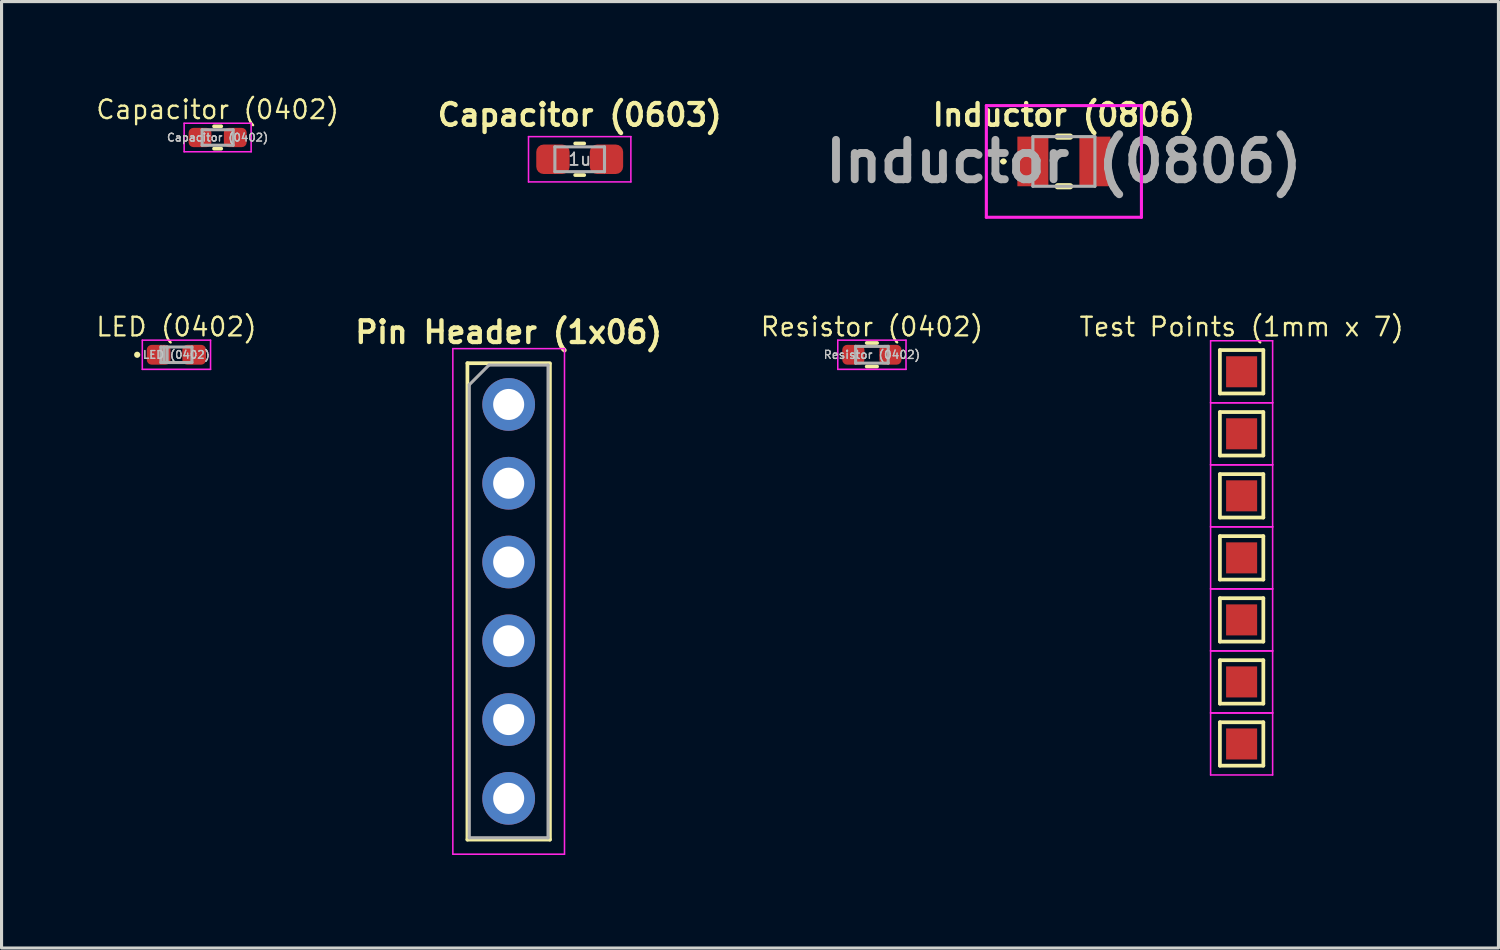
<source format=kicad_pcb>
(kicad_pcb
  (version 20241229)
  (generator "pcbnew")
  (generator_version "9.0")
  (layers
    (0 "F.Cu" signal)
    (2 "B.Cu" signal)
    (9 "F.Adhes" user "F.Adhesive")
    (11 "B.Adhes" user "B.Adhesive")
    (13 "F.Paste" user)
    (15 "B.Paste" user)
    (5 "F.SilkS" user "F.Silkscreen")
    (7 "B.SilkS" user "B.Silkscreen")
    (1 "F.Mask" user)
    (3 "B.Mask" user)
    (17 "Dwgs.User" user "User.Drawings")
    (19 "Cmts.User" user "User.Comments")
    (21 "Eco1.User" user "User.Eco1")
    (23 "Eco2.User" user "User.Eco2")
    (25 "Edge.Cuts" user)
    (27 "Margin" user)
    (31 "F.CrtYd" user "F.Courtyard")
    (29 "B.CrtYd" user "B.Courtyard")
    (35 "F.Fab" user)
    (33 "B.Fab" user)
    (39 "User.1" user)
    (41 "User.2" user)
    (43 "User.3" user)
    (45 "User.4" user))
  (footprint "Resistor (0402)"
    (layer "F.Cu")
    (at 25.061 8.388)
    (property "Reference" "Resistor (0402)" (at 0 -0.9 0) (layer "F.SilkS") (effects (font (size 0.6 0.6) (thickness 0.075))))
    (property "Value" "Resistor (0402)" (at 0 1.17 0) (layer "F.Fab") (hide yes) (effects (font (size 1 1) (thickness 0.15))))
    (attr smd)
    (fp_line (start -0.168 -0.38) (end 0.168 -0.38) (stroke (width 0.12) (type solid)) (layer "F.SilkS"))
    (fp_line (start -0.168 0.38) (end 0.168 0.38) (stroke (width 0.12) (type solid)) (layer "F.SilkS"))
    (fp_line (start -1.1 -0.47) (end 1.1 -0.47) (stroke (width 0.05) (type solid)) (layer "F.CrtYd"))
    (fp_line (start -1.1 0.47) (end -1.1 -0.47) (stroke (width 0.05) (type solid)) (layer "F.CrtYd"))
    (fp_line (start 1.1 -0.47) (end 1.1 0.47) (stroke (width 0.05) (type solid)) (layer "F.CrtYd"))
    (fp_line (start 1.1 0.47) (end -1.1 0.47) (stroke (width 0.05) (type solid)) (layer "F.CrtYd"))
    (fp_line (start -0.525 -0.27) (end 0.525 -0.27) (stroke (width 0.1) (type solid)) (layer "F.Fab"))
    (fp_line (start -0.525 0.27) (end -0.525 -0.27) (stroke (width 0.1) (type solid)) (layer "F.Fab"))
    (fp_line (start 0.525 -0.27) (end 0.525 0.27) (stroke (width 0.1) (type solid)) (layer "F.Fab"))
    (fp_line (start 0.525 0.27) (end -0.525 0.27) (stroke (width 0.1) (type solid)) (layer "F.Fab"))
    (fp_text user "${VALUE}" (at 0 0 0) (layer "Dwgs.User") (effects (font (size 0.26 0.26) (thickness 0.04))))
    (fp_text user "${REFERENCE}" (at 0 0 0) (layer "F.Fab") (effects (font (size 0.26 0.26) (thickness 0.04))))
    (pad "1" smd roundrect (at -0.598 0) (size 0.715 0.64) (layers "F.Cu" "F.Mask" "F.Paste") (roundrect_rratio 0.25))
    (pad "2" smd roundrect (at 0.598 0) (size 0.715 0.64) (layers "F.Cu" "F.Mask" "F.Paste") (roundrect_rratio 0.25)))
  (footprint "Test Points (1mm x 7)"
    (layer "F.Cu")
    (at 36.981 8.936)
    (property "Reference" "Test Points (1mm x 7)" (at 0 -1.448 0) (layer "F.SilkS") (effects (font (size 0.6 0.6) (thickness 0.075))))
    (attr exclude_from_pos_files exclude_from_bom)
    (fp_line (start -0.7 -0.7) (end 0.7 -0.7) (stroke (width 0.12) (type solid)) (layer "F.SilkS"))
    (fp_line (start -0.7 0.7) (end -0.7 -0.7) (stroke (width 0.12) (type solid)) (layer "F.SilkS"))
    (fp_line (start -0.7 1.3) (end 0.7 1.3) (stroke (width 0.12) (type solid)) (layer "F.SilkS"))
    (fp_line (start -0.7 2.7) (end -0.7 1.3) (stroke (width 0.12) (type solid)) (layer "F.SilkS"))
    (fp_line (start -0.7 3.3) (end 0.7 3.3) (stroke (width 0.12) (type solid)) (layer "F.SilkS"))
    (fp_line (start -0.7 4.7) (end -0.7 3.3) (stroke (width 0.12) (type solid)) (layer "F.SilkS"))
    (fp_line (start -0.7 5.3) (end 0.7 5.3) (stroke (width 0.12) (type solid)) (layer "F.SilkS"))
    (fp_line (start -0.7 6.7) (end -0.7 5.3) (stroke (width 0.12) (type solid)) (layer "F.SilkS"))
    (fp_line (start -0.7 7.3) (end 0.7 7.3) (stroke (width 0.12) (type solid)) (layer "F.SilkS"))
    (fp_line (start -0.7 8.7) (end -0.7 7.3) (stroke (width 0.12) (type solid)) (layer "F.SilkS"))
    (fp_line (start -0.7 9.3) (end 0.7 9.3) (stroke (width 0.12) (type solid)) (layer "F.SilkS"))
    (fp_line (start -0.7 10.7) (end -0.7 9.3) (stroke (width 0.12) (type solid)) (layer "F.SilkS"))
    (fp_line (start -0.7 11.3) (end 0.7 11.3) (stroke (width 0.12) (type solid)) (layer "F.SilkS"))
    (fp_line (start -0.7 12.7) (end -0.7 11.3) (stroke (width 0.12) (type solid)) (layer "F.SilkS"))
    (fp_line (start 0.7 -0.7) (end 0.7 0.7) (stroke (width 0.12) (type solid)) (layer "F.SilkS"))
    (fp_line (start 0.7 0.7) (end -0.7 0.7) (stroke (width 0.12) (type solid)) (layer "F.SilkS"))
    (fp_line (start 0.7 1.3) (end 0.7 2.7) (stroke (width 0.12) (type solid)) (layer "F.SilkS"))
    (fp_line (start 0.7 2.7) (end -0.7 2.7) (stroke (width 0.12) (type solid)) (layer "F.SilkS"))
    (fp_line (start 0.7 3.3) (end 0.7 4.7) (stroke (width 0.12) (type solid)) (layer "F.SilkS"))
    (fp_line (start 0.7 4.7) (end -0.7 4.7) (stroke (width 0.12) (type solid)) (layer "F.SilkS"))
    (fp_line (start 0.7 5.3) (end 0.7 6.7) (stroke (width 0.12) (type solid)) (layer "F.SilkS"))
    (fp_line (start 0.7 6.7) (end -0.7 6.7) (stroke (width 0.12) (type solid)) (layer "F.SilkS"))
    (fp_line (start 0.7 7.3) (end 0.7 8.7) (stroke (width 0.12) (type solid)) (layer "F.SilkS"))
    (fp_line (start 0.7 8.7) (end -0.7 8.7) (stroke (width 0.12) (type solid)) (layer "F.SilkS"))
    (fp_line (start 0.7 9.3) (end 0.7 10.7) (stroke (width 0.12) (type solid)) (layer "F.SilkS"))
    (fp_line (start 0.7 10.7) (end -0.7 10.7) (stroke (width 0.12) (type solid)) (layer "F.SilkS"))
    (fp_line (start 0.7 11.3) (end 0.7 12.7) (stroke (width 0.12) (type solid)) (layer "F.SilkS"))
    (fp_line (start 0.7 12.7) (end -0.7 12.7) (stroke (width 0.12) (type solid)) (layer "F.SilkS"))
    (fp_line (start -1 -1) (end -1 1) (stroke (width 0.05) (type solid)) (layer "F.CrtYd"))
    (fp_line (start -1 -1) (end 1 -1) (stroke (width 0.05) (type solid)) (layer "F.CrtYd"))
    (fp_line (start -1 1) (end -1 3) (stroke (width 0.05) (type solid)) (layer "F.CrtYd"))
    (fp_line (start -1 1) (end 1 1) (stroke (width 0.05) (type solid)) (layer "F.CrtYd"))
    (fp_line (start -1 3) (end -1 5) (stroke (width 0.05) (type solid)) (layer "F.CrtYd"))
    (fp_line (start -1 3) (end 1 3) (stroke (width 0.05) (type solid)) (layer "F.CrtYd"))
    (fp_line (start -1 5) (end -1 7) (stroke (width 0.05) (type solid)) (layer "F.CrtYd"))
    (fp_line (start -1 5) (end 1 5) (stroke (width 0.05) (type solid)) (layer "F.CrtYd"))
    (fp_line (start -1 7) (end -1 9) (stroke (width 0.05) (type solid)) (layer "F.CrtYd"))
    (fp_line (start -1 7) (end 1 7) (stroke (width 0.05) (type solid)) (layer "F.CrtYd"))
    (fp_line (start -1 9) (end -1 11) (stroke (width 0.05) (type solid)) (layer "F.CrtYd"))
    (fp_line (start -1 9) (end 1 9) (stroke (width 0.05) (type solid)) (layer "F.CrtYd"))
    (fp_line (start -1 11) (end -1 13) (stroke (width 0.05) (type solid)) (layer "F.CrtYd"))
    (fp_line (start -1 11) (end 1 11) (stroke (width 0.05) (type solid)) (layer "F.CrtYd"))
    (fp_line (start 1 1) (end -1 1) (stroke (width 0.05) (type solid)) (layer "F.CrtYd"))
    (fp_line (start 1 1) (end 1 -1) (stroke (width 0.05) (type solid)) (layer "F.CrtYd"))
    (fp_line (start 1 3) (end -1 3) (stroke (width 0.05) (type solid)) (layer "F.CrtYd"))
    (fp_line (start 1 3) (end 1 1) (stroke (width 0.05) (type solid)) (layer "F.CrtYd"))
    (fp_line (start 1 5) (end -1 5) (stroke (width 0.05) (type solid)) (layer "F.CrtYd"))
    (fp_line (start 1 5) (end 1 3) (stroke (width 0.05) (type solid)) (layer "F.CrtYd"))
    (fp_line (start 1 7) (end -1 7) (stroke (width 0.05) (type solid)) (layer "F.CrtYd"))
    (fp_line (start 1 7) (end 1 5) (stroke (width 0.05) (type solid)) (layer "F.CrtYd"))
    (fp_line (start 1 9) (end -1 9) (stroke (width 0.05) (type solid)) (layer "F.CrtYd"))
    (fp_line (start 1 9) (end 1 7) (stroke (width 0.05) (type solid)) (layer "F.CrtYd"))
    (fp_line (start 1 11) (end -1 11) (stroke (width 0.05) (type solid)) (layer "F.CrtYd"))
    (fp_line (start 1 11) (end 1 9) (stroke (width 0.05) (type solid)) (layer "F.CrtYd"))
    (fp_line (start 1 13) (end -1 13) (stroke (width 0.05) (type solid)) (layer "F.CrtYd"))
    (fp_line (start 1 13) (end 1 11) (stroke (width 0.05) (type solid)) (layer "F.CrtYd"))
    (pad "1" smd rect (at 0 0) (size 1 1) (layers "F.Cu" "F.Mask"))
    (pad "2" smd rect (at 0 2) (size 1 1) (layers "F.Cu" "F.Mask"))
    (pad "3" smd rect (at 0 4) (size 1 1) (layers "F.Cu" "F.Mask"))
    (pad "4" smd rect (at 0 6) (size 1 1) (layers "F.Cu" "F.Mask"))
    (pad "5" smd rect (at 0 8) (size 1 1) (layers "F.Cu" "F.Mask"))
    (pad "6" smd rect (at 0 10) (size 1 1) (layers "F.Cu" "F.Mask"))
    (pad "7" smd rect (at 0 12) (size 1 1) (layers "F.Cu" "F.Mask")))
  (footprint "Capacitor (0402)"
    (layer "F.Cu")
    (at 3.967 1.383)
    (property "Reference" "Capacitor (0402)" (at 0 -0.9 0) (layer "F.SilkS") (effects (font (size 0.6 0.6) (thickness 0.075))))
    (property "Value" "Capacitor (0402)" (at 0 1.16 0) (layer "F.Fab") (hide yes) (effects (font (size 1 1) (thickness 0.15))))
    (attr smd)
    (fp_line (start -0.116 -0.36) (end 0.116 -0.36) (stroke (width 0.12) (type solid)) (layer "F.SilkS"))
    (fp_line (start -0.116 0.36) (end 0.116 0.36) (stroke (width 0.12) (type solid)) (layer "F.SilkS"))
    (fp_line (start -1.08 -0.46) (end 1.08 -0.46) (stroke (width 0.05) (type solid)) (layer "F.CrtYd"))
    (fp_line (start -1.08 0.46) (end -1.08 -0.46) (stroke (width 0.05) (type solid)) (layer "F.CrtYd"))
    (fp_line (start 1.08 -0.46) (end 1.08 0.46) (stroke (width 0.05) (type solid)) (layer "F.CrtYd"))
    (fp_line (start 1.08 0.46) (end -1.08 0.46) (stroke (width 0.05) (type solid)) (layer "F.CrtYd"))
    (fp_line (start -0.5 -0.25) (end 0.5 -0.25) (stroke (width 0.1) (type solid)) (layer "F.Fab"))
    (fp_line (start -0.5 0.25) (end -0.5 -0.25) (stroke (width 0.1) (type solid)) (layer "F.Fab"))
    (fp_line (start 0.5 -0.25) (end 0.5 0.25) (stroke (width 0.1) (type solid)) (layer "F.Fab"))
    (fp_line (start 0.5 0.25) (end -0.5 0.25) (stroke (width 0.1) (type solid)) (layer "F.Fab"))
    (fp_text user "${VALUE}" (at 0 0 0) (layer "Dwgs.User") (effects (font (size 0.25 0.25) (thickness 0.04))))
    (fp_text user "${REFERENCE}" (at 0 0 0) (layer "F.Fab") (effects (font (size 0.25 0.25) (thickness 0.04))))
    (pad "1" smd roundrect (at -0.568 0) (size 0.735 0.62) (layers "F.Cu" "F.Mask" "F.Paste") (roundrect_rratio 0.25))
    (pad "2" smd roundrect (at 0.568 0) (size 0.735 0.62) (layers "F.Cu" "F.Mask" "F.Paste") (roundrect_rratio 0.25)))
  (footprint "Inductor (0806)"
    (layer "F.Cu")
    (at 31.251 2.155)
    (property "Reference" "Inductor (0806)" (at 0 -1.5 0) (layer "F.SilkS") (effects (font (size 0.7 0.7) (thickness 0.14) (bold yes))))
    (attr smd)
    (fp_line (start -2 0) (end -2 0) (stroke (width 0.1) (type solid)) (layer "F.SilkS"))
    (fp_line (start -1.9 0) (end -1.9 0) (stroke (width 0.1) (type solid)) (layer "F.SilkS"))
    (fp_line (start -0.2 -0.8) (end 0.2 -0.8) (stroke (width 0.2) (type solid)) (layer "F.SilkS"))
    (fp_line (start -0.2 0.8) (end 0.2 0.8) (stroke (width 0.2) (type solid)) (layer "F.SilkS"))
    (fp_arc (start -2 0) (mid -1.95 -0.05) (end -1.9 0) (stroke (width 0.1) (type solid)) (layer "F.SilkS"))
    (fp_arc (start -1.9 0) (mid -1.95 0.05) (end -2 0) (stroke (width 0.1) (type solid)) (layer "F.SilkS"))
    (fp_line (start -2.5 -1.8) (end 2.5 -1.8) (stroke (width 0.1) (type solid)) (layer "F.CrtYd"))
    (fp_line (start -2.5 1.8) (end -2.5 -1.8) (stroke (width 0.1) (type solid)) (layer "F.CrtYd"))
    (fp_line (start 2.5 -1.8) (end 2.5 1.8) (stroke (width 0.1) (type solid)) (layer "F.CrtYd"))
    (fp_line (start 2.5 1.8) (end -2.5 1.8) (stroke (width 0.1) (type solid)) (layer "F.CrtYd"))
    (fp_line (start -1 -0.8) (end 1 -0.8) (stroke (width 0.1) (type solid)) (layer "F.Fab"))
    (fp_line (start -1 0.8) (end -1 -0.8) (stroke (width 0.1) (type solid)) (layer "F.Fab"))
    (fp_line (start 1 -0.8) (end 1 0.8) (stroke (width 0.1) (type solid)) (layer "F.Fab"))
    (fp_line (start 1 0.8) (end -1 0.8) (stroke (width 0.1) (type solid)) (layer "F.Fab"))
    (fp_text user "${REFERENCE}" (at 0 0 0) (layer "F.Fab") (effects (font (size 1.27 1.27) (thickness 0.254))))
    (pad "1" smd rect (at -1 0) (size 1 1.6) (layers "F.Cu" "F.Mask" "F.Paste"))
    (pad "2" smd rect (at 1 0) (size 1 1.6) (layers "F.Cu" "F.Mask" "F.Paste")))
  (footprint "Pin Header (1x06)"
    (layer "F.Cu")
    (at 13.35 9.99)
    (property "Reference" "Pin Header (1x06)" (at 0 -2.33 0) (layer "F.SilkS") (effects (font (size 0.7 0.7) (thickness 0.14) (bold yes))))
    (attr through_hole)
    (fp_line (start -1.33 -1.33) (end -1.33 14.03) (stroke (width 0.12) (type solid)) (layer "F.SilkS"))
    (fp_line (start -1.33 -1.33) (end 1.33 -1.33) (stroke (width 0.12) (type solid)) (layer "F.SilkS"))
    (fp_line (start -1.33 14.03) (end 1.33 14.03) (stroke (width 0.12) (type solid)) (layer "F.SilkS"))
    (fp_line (start 1.33 -1.3) (end 1.33 14.03) (stroke (width 0.12) (type solid)) (layer "F.SilkS"))
    (fp_line (start -1.8 -1.8) (end -1.8 14.5) (stroke (width 0.05) (type solid)) (layer "F.CrtYd"))
    (fp_line (start -1.8 14.5) (end 1.8 14.5) (stroke (width 0.05) (type solid)) (layer "F.CrtYd"))
    (fp_line (start 1.8 -1.8) (end -1.8 -1.8) (stroke (width 0.05) (type solid)) (layer "F.CrtYd"))
    (fp_line (start 1.8 14.5) (end 1.8 -1.8) (stroke (width 0.05) (type solid)) (layer "F.CrtYd"))
    (fp_line (start -1.27 -0.635) (end -0.635 -1.27) (stroke (width 0.1) (type solid)) (layer "F.Fab"))
    (fp_line (start -1.27 13.97) (end -1.27 -0.635) (stroke (width 0.1) (type solid)) (layer "F.Fab"))
    (fp_line (start -0.635 -1.27) (end 1.27 -1.27) (stroke (width 0.1) (type solid)) (layer "F.Fab"))
    (fp_line (start 1.27 -1.27) (end 1.27 13.97) (stroke (width 0.1) (type solid)) (layer "F.Fab"))
    (fp_line (start 1.27 13.97) (end -1.27 13.97) (stroke (width 0.1) (type solid)) (layer "F.Fab"))
    (pad "1" thru_hole circle (at 0 0) (size 1.7 1.7) (drill 1) (layers "*.Cu" "*.Mask"))
    (pad "2" thru_hole oval (at 0 2.54) (size 1.7 1.7) (drill 1) (layers "*.Cu" "*.Mask"))
    (pad "3" thru_hole oval (at 0 5.08) (size 1.7 1.7) (drill 1) (layers "*.Cu" "*.Mask"))
    (pad "4" thru_hole oval (at 0 7.62) (size 1.7 1.7) (drill 1) (layers "*.Cu" "*.Mask"))
    (pad "5" thru_hole oval (at 0 10.16) (size 1.7 1.7) (drill 1) (layers "*.Cu" "*.Mask"))
    (pad "6" thru_hole oval (at 0 12.7) (size 1.7 1.7) (drill 1) (layers "*.Cu" "*.Mask")))
  (footprint "Capacitor (0603)"
    (layer "F.Cu")
    (at 15.64 2.085)
    (property "Reference" "Capacitor (0603)" (at 0 -1.43 0) (layer "F.SilkS") (effects (font (size 0.7 0.7) (thickness 0.14) (bold yes))))
    (property "Value" "1u" (at 0 1.43 0) (layer "F.Fab") (hide yes) (effects (font (size 1 1) (thickness 0.15))))
    (attr smd)
    (fp_line (start -0.146 -0.51) (end 0.146 -0.51) (stroke (width 0.12) (type solid)) (layer "F.SilkS"))
    (fp_line (start -0.146 0.51) (end 0.146 0.51) (stroke (width 0.12) (type solid)) (layer "F.SilkS"))
    (fp_line (start -1.65 -0.73) (end 1.65 -0.73) (stroke (width 0.05) (type solid)) (layer "F.CrtYd"))
    (fp_line (start -1.65 0.73) (end -1.65 -0.73) (stroke (width 0.05) (type solid)) (layer "F.CrtYd"))
    (fp_line (start 1.65 -0.73) (end 1.65 0.73) (stroke (width 0.05) (type solid)) (layer "F.CrtYd"))
    (fp_line (start 1.65 0.73) (end -1.65 0.73) (stroke (width 0.05) (type solid)) (layer "F.CrtYd"))
    (fp_line (start -0.8 -0.4) (end 0.8 -0.4) (stroke (width 0.1) (type solid)) (layer "F.Fab"))
    (fp_line (start -0.8 0.4) (end -0.8 -0.4) (stroke (width 0.1) (type solid)) (layer "F.Fab"))
    (fp_line (start 0.8 -0.4) (end 0.8 0.4) (stroke (width 0.1) (type solid)) (layer "F.Fab"))
    (fp_line (start 0.8 0.4) (end -0.8 0.4) (stroke (width 0.1) (type solid)) (layer "F.Fab"))
    (fp_text user "${VALUE}" (at 0 0 0) (layer "Dwgs.User") (effects (font (size 0.4 0.4) (thickness 0.06))))
    (pad "1" smd roundrect (at -0.863 0) (size 1.075 0.95) (layers "F.Cu" "F.Mask" "F.Paste") (roundrect_rratio 0.25))
    (pad "2" smd roundrect (at 0.863 0) (size 1.075 0.95) (layers "F.Cu" "F.Mask" "F.Paste") (roundrect_rratio 0.25)))
  (footprint "LED (0402)"
    (layer "F.Cu")
    (at 2.638 8.388)
    (property "Reference" "LED (0402)" (at 0 -0.9 0) (layer "F.SilkS") (effects (font (size 0.6 0.6) (thickness 0.075))))
    (property "Value" "LED (0402)" (at 0 1.17 0) (layer "F.Fab") (hide yes) (effects (font (size 1 1) (thickness 0.15))))
    (attr smd)
    (fp_circle (center -1.265 0) (end -1.215 0) (stroke (width 0.1) (type solid)) (fill no) (layer "F.SilkS"))
    (fp_line (start -1.1 -0.47) (end 1.1 -0.47) (stroke (width 0.05) (type solid)) (layer "F.CrtYd"))
    (fp_line (start -1.1 0.47) (end -1.1 -0.47) (stroke (width 0.05) (type solid)) (layer "F.CrtYd"))
    (fp_line (start 1.1 -0.47) (end 1.1 0.47) (stroke (width 0.05) (type solid)) (layer "F.CrtYd"))
    (fp_line (start 1.1 0.47) (end -1.1 0.47) (stroke (width 0.05) (type solid)) (layer "F.CrtYd"))
    (fp_line (start -0.5 -0.25) (end 0.5 -0.25) (stroke (width 0.1) (type solid)) (layer "F.Fab"))
    (fp_line (start -0.5 0.25) (end -0.5 -0.25) (stroke (width 0.1) (type solid)) (layer "F.Fab"))
    (fp_line (start -0.4 0.25) (end -0.4 -0.25) (stroke (width 0.1) (type solid)) (layer "F.Fab"))
    (fp_line (start -0.3 0.25) (end -0.3 -0.25) (stroke (width 0.1) (type solid)) (layer "F.Fab"))
    (fp_line (start 0.5 -0.25) (end 0.5 0.25) (stroke (width 0.1) (type solid)) (layer "F.Fab"))
    (fp_line (start 0.5 0.25) (end -0.5 0.25) (stroke (width 0.1) (type solid)) (layer "F.Fab"))
    (fp_text user "${VALUE}" (at 0 0 0) (layer "Dwgs.User") (effects (font (size 0.25 0.25) (thickness 0.04))))
    (fp_text user "${REFERENCE}" (at 0 0 0) (layer "F.Fab") (effects (font (size 0.25 0.25) (thickness 0.04))))
    (pad "1" smd roundrect (at -0.573 0) (size 0.765 0.64) (layers "F.Cu" "F.Mask" "F.Paste") (roundrect_rratio 0.25))
    (pad "2" smd roundrect (at 0.573 0) (size 0.765 0.64) (layers "F.Cu" "F.Mask" "F.Paste") (roundrect_rratio 0.25)))
  (gr_rect
    (start -3 -3)
    (end 45.262 27.515)
    (stroke (width 0.1) (type default))
    (fill no)
    (layer "Edge.Cuts")))
</source>
